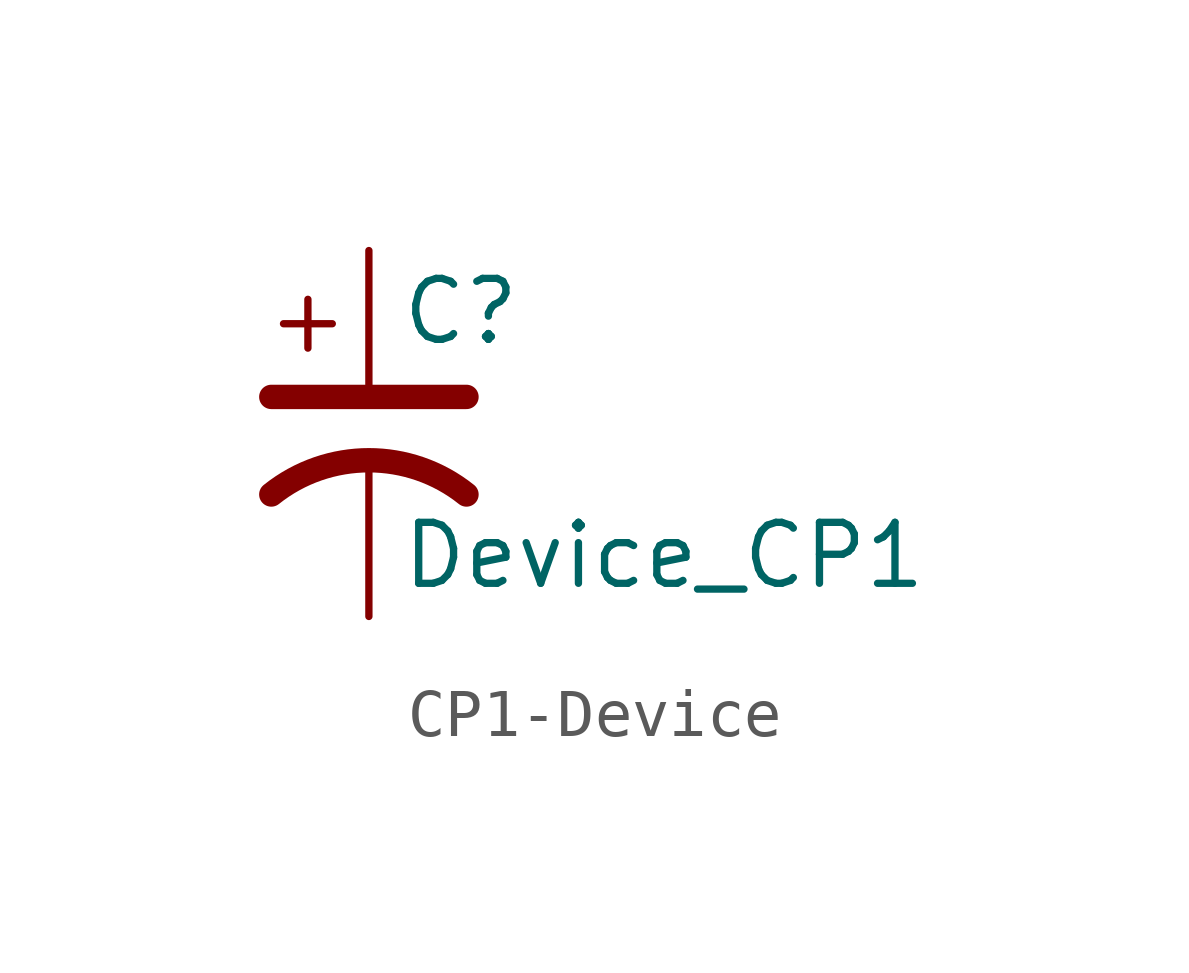
<source format=kicad_sym>
(kicad_symbol_lib
  (version 20220914)
  (generator kicad_symbol_editor)
  (symbol "CP1-Device"
    (pin_numbers hide)
    (pin_names
      (offset 0.254) hide)
    (property "Reference" "C"
      (at 0.635 2.54 0)
      (effects (font (size 1.27 1.27)) (justify left)))
    (property "Value" "Device_CP1"
      (at 0.635 -2.54 0)
      (effects (font (size 1.27 1.27)) (justify left)))
    (symbol "CP1-Device_0_1"
      (polyline (pts (xy -2.032 0.762) (xy 2.032 0.762)) (stroke (width 0.508) (type solid)) (fill (type none)))
      (polyline (pts (xy -1.778 2.286) (xy -0.762 2.286)) (stroke (width 0) (type solid)) (fill (type none)))
      (polyline (pts (xy -1.27 1.778) (xy -1.27 2.794)) (stroke (width 0) (type solid)) (fill (type none)))
      (arc (start 2.032 -1.27) (mid 0 -0.5572) (end -2.032 -1.27) (stroke (width 0.508) (type solid)) (fill (type none))))
    (symbol "CP1-Device_1_1"
      (pin passive line (at 0 3.81 270) (length 2.794) (name "~" (effects (font (size 1.27 1.27)))) (number "1" (effects (font (size 1.27 1.27)))))
      (pin passive line (at 0 -3.81 90) (length 3.302) (name "~" (effects (font (size 1.27 1.27)))) (number "2" (effects (font (size 1.27 1.27))))))))
</source>
